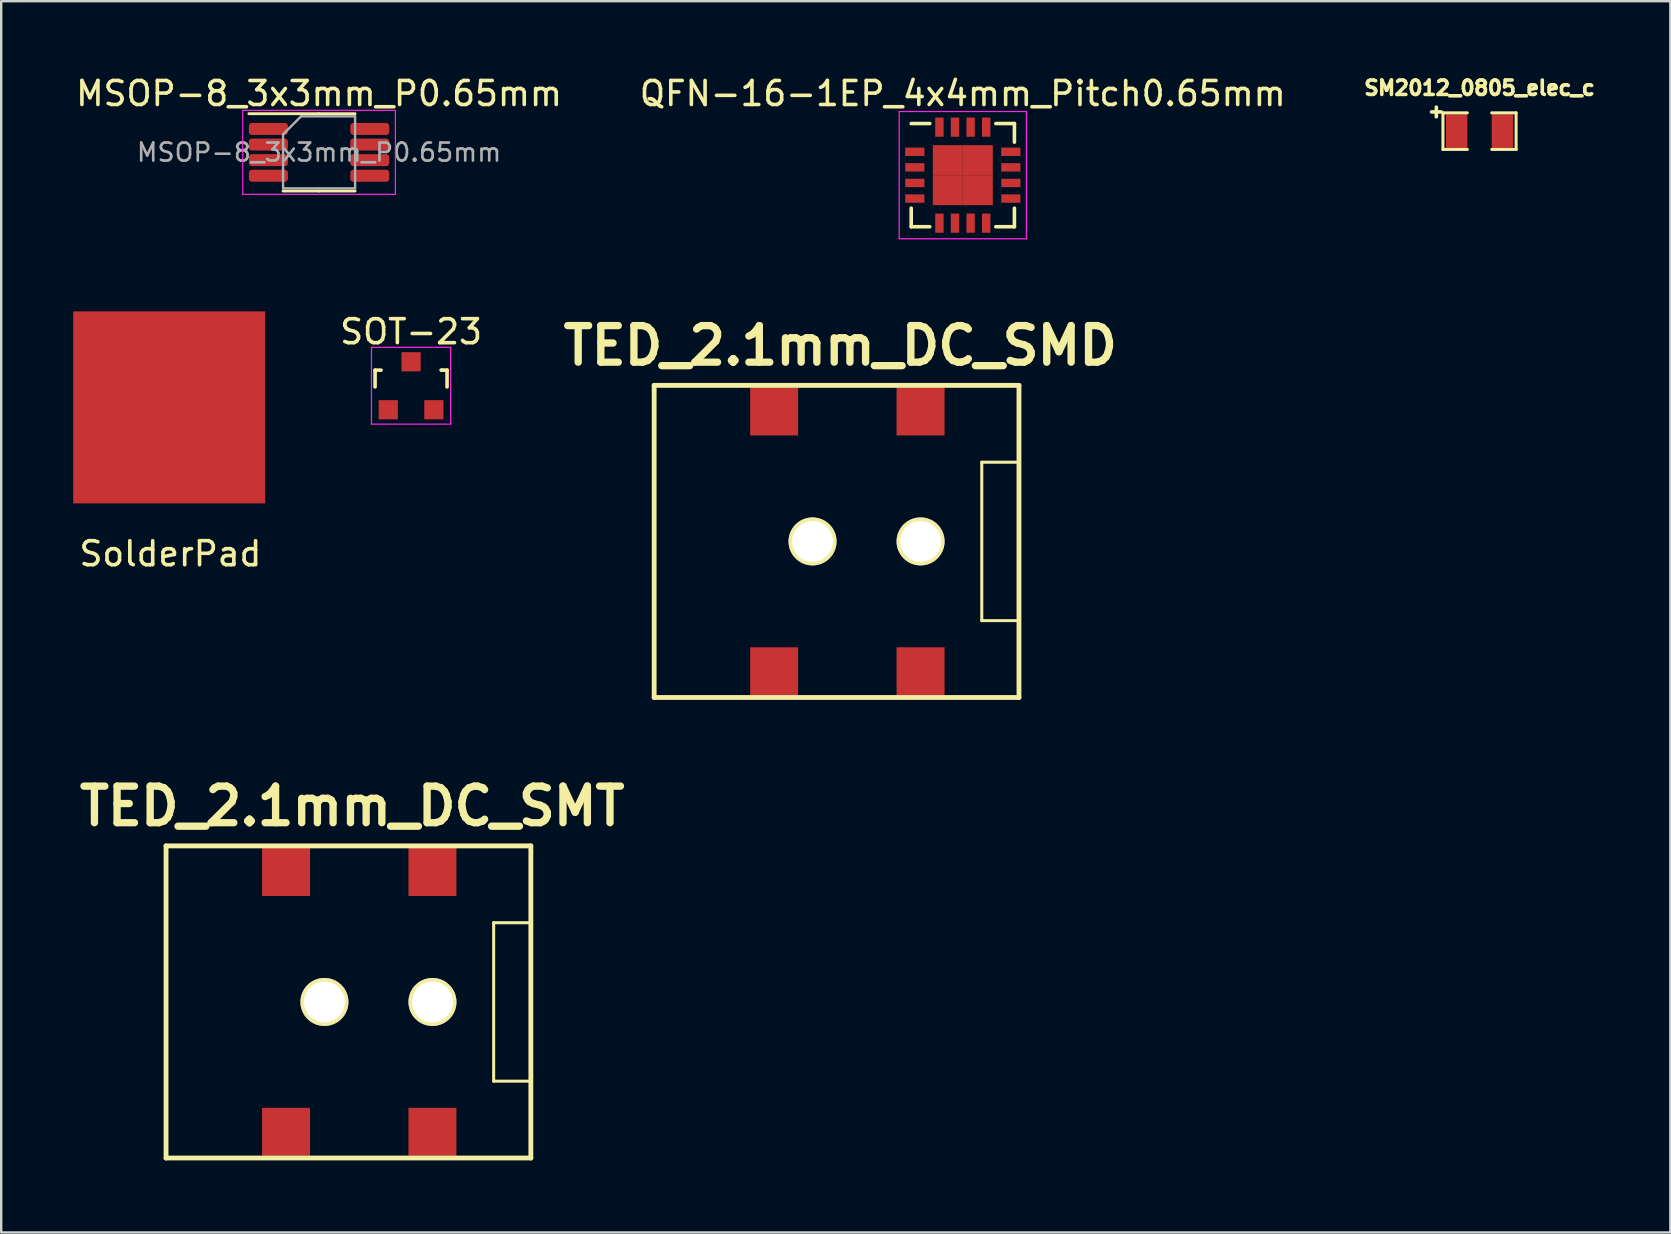
<source format=kicad_pcb>
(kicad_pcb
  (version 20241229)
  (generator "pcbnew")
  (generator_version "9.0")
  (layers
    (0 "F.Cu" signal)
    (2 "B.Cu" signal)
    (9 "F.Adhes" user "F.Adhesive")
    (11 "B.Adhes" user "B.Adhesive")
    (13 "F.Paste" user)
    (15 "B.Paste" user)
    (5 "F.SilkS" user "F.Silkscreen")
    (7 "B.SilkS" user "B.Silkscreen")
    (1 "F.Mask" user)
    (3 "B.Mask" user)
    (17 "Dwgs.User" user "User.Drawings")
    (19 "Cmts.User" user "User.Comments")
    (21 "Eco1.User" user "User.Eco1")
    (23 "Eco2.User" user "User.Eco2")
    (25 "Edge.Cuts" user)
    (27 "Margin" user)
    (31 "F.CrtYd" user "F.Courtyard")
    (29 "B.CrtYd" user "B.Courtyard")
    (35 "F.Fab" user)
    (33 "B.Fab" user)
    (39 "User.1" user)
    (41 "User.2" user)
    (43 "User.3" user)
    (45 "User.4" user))
  (footprint "SOT-23"
    (layer "F.Cu")
    (at 14.077 13.021)
    (property "Reference" "SOT-23" (at 0 -2.25 0) (layer "F.SilkS") (effects (font (size 1 1) (thickness 0.15))))
    (attr smd)
    (fp_line (start -1.5 -0.65) (end -1.251 -0.65) (stroke (width 0.15) (type solid)) (layer "F.SilkS"))
    (fp_line (start -1.5 0.051) (end -1.5 -0.65) (stroke (width 0.15) (type solid)) (layer "F.SilkS"))
    (fp_line (start 1.299 -0.65) (end 1.251 -0.65) (stroke (width 0.15) (type solid)) (layer "F.SilkS"))
    (fp_line (start 1.299 -0.65) (end 1.5 -0.65) (stroke (width 0.15) (type solid)) (layer "F.SilkS"))
    (fp_line (start 1.5 -0.65) (end 1.5 0.051) (stroke (width 0.15) (type solid)) (layer "F.SilkS"))
    (fp_line (start -1.65 -1.6) (end 1.65 -1.6) (stroke (width 0.05) (type solid)) (layer "F.CrtYd"))
    (fp_line (start -1.65 1.6) (end -1.65 -1.6) (stroke (width 0.05) (type solid)) (layer "F.CrtYd"))
    (fp_line (start 1.65 -1.6) (end 1.65 1.6) (stroke (width 0.05) (type solid)) (layer "F.CrtYd"))
    (fp_line (start 1.65 1.6) (end -1.65 1.6) (stroke (width 0.05) (type solid)) (layer "F.CrtYd"))
    (pad "1" smd rect (at -0.95 1.001) (size 0.8 0.8) (layers "F.Cu" "F.Mask" "F.Paste"))
    (pad "2" smd rect (at 0.95 1.001) (size 0.8 0.8) (layers "F.Cu" "F.Mask" "F.Paste"))
    (pad "3" smd rect (at 0 -0.998) (size 0.8 0.8) (layers "F.Cu" "F.Mask" "F.Paste")))
  (footprint "SM2012_0805_elec_c"
    (layer "F.Cu")
    (at 58.594 2.414)
    (property "Reference" "SM2012_0805_elec_c" (at 0 -1.8 0) (layer "F.SilkS") (effects (font (size 0.6 0.6) (thickness 0.15))))
    (attr smd)
    (fp_line (start -2 -0.8) (end -1.6 -0.8) (stroke (width 0.15) (type solid)) (layer "F.SilkS"))
    (fp_line (start -1.8 -0.6) (end -1.8 -1) (stroke (width 0.15) (type solid)) (layer "F.SilkS"))
    (fp_line (start -1.524 -0.762) (end -0.508 -0.762) (stroke (width 0.127) (type solid)) (layer "F.SilkS"))
    (fp_line (start -1.524 0.762) (end -1.524 -0.762) (stroke (width 0.127) (type solid)) (layer "F.SilkS"))
    (fp_line (start -0.508 0.762) (end -1.524 0.762) (stroke (width 0.127) (type solid)) (layer "F.SilkS"))
    (fp_line (start 0.508 -0.762) (end 1.524 -0.762) (stroke (width 0.127) (type solid)) (layer "F.SilkS"))
    (fp_line (start 1.524 -0.762) (end 1.524 0.762) (stroke (width 0.127) (type solid)) (layer "F.SilkS"))
    (fp_line (start 1.524 0.762) (end 0.508 0.762) (stroke (width 0.127) (type solid)) (layer "F.SilkS"))
    (pad "1" smd rect (at -0.953 0) (size 0.889 1.397) (layers "F.Cu" "F.Mask" "F.Paste"))
    (pad "2" smd rect (at 0.953 0) (size 0.889 1.397) (layers "F.Cu" "F.Mask" "F.Paste")))
  (footprint "QFN-16-1EP_4x4mm_Pitch0.65mm"
    (layer "F.Cu")
    (at 37.065 4.248)
    (property "Reference" "QFN-16-1EP_4x4mm_Pitch0.65mm" (at 0 -3.4 0) (layer "F.SilkS") (effects (font (size 1 1) (thickness 0.15))))
    (attr smd)
    (fp_line (start -2.15 -2.15) (end -1.375 -2.15) (stroke (width 0.15) (type solid)) (layer "F.SilkS"))
    (fp_line (start -2.15 2.15) (end -2.15 1.375) (stroke (width 0.15) (type solid)) (layer "F.SilkS"))
    (fp_line (start -2.15 2.15) (end -1.375 2.15) (stroke (width 0.15) (type solid)) (layer "F.SilkS"))
    (fp_line (start 2.15 -2.15) (end 1.375 -2.15) (stroke (width 0.15) (type solid)) (layer "F.SilkS"))
    (fp_line (start 2.15 -2.15) (end 2.15 -1.375) (stroke (width 0.15) (type solid)) (layer "F.SilkS"))
    (fp_line (start 2.15 2.15) (end 1.375 2.15) (stroke (width 0.15) (type solid)) (layer "F.SilkS"))
    (fp_line (start 2.15 2.15) (end 2.15 1.375) (stroke (width 0.15) (type solid)) (layer "F.SilkS"))
    (fp_line (start -2.65 -2.65) (end -2.65 2.65) (stroke (width 0.05) (type solid)) (layer "F.CrtYd"))
    (fp_line (start -2.65 -2.65) (end 2.65 -2.65) (stroke (width 0.05) (type solid)) (layer "F.CrtYd"))
    (fp_line (start -2.65 2.65) (end 2.65 2.65) (stroke (width 0.05) (type solid)) (layer "F.CrtYd"))
    (fp_line (start 2.65 -2.65) (end 2.65 2.65) (stroke (width 0.05) (type solid)) (layer "F.CrtYd"))
    (pad "1" smd rect (at -2 -0.975) (size 0.8 0.35) (layers "F.Cu" "F.Mask" "F.Paste"))
    (pad "2" smd rect (at -2 -0.325) (size 0.8 0.35) (layers "F.Cu" "F.Mask" "F.Paste"))
    (pad "3" smd rect (at -2 0.325) (size 0.8 0.35) (layers "F.Cu" "F.Mask" "F.Paste"))
    (pad "4" smd rect (at -2 0.975) (size 0.8 0.35) (layers "F.Cu" "F.Mask" "F.Paste"))
    (pad "5" smd rect (at -0.975 2 90) (size 0.8 0.35) (layers "F.Cu" "F.Mask" "F.Paste"))
    (pad "6" smd rect (at -0.325 2 90) (size 0.8 0.35) (layers "F.Cu" "F.Mask" "F.Paste"))
    (pad "7" smd rect (at 0.325 2 90) (size 0.8 0.35) (layers "F.Cu" "F.Mask" "F.Paste"))
    (pad "8" smd rect (at 0.975 2 90) (size 0.8 0.35) (layers "F.Cu" "F.Mask" "F.Paste"))
    (pad "9" smd rect (at 2 0.975) (size 0.8 0.35) (layers "F.Cu" "F.Mask" "F.Paste"))
    (pad "10" smd rect (at 2 0.325) (size 0.8 0.35) (layers "F.Cu" "F.Mask" "F.Paste"))
    (pad "11" smd rect (at 2 -0.325) (size 0.8 0.35) (layers "F.Cu" "F.Mask" "F.Paste"))
    (pad "12" smd rect (at 2 -0.975) (size 0.8 0.35) (layers "F.Cu" "F.Mask" "F.Paste"))
    (pad "13" smd rect (at 0.975 -2 90) (size 0.8 0.35) (layers "F.Cu" "F.Mask" "F.Paste"))
    (pad "14" smd rect (at 0.325 -2 90) (size 0.8 0.35) (layers "F.Cu" "F.Mask" "F.Paste"))
    (pad "15" smd rect (at -0.325 -2 90) (size 0.8 0.35) (layers "F.Cu" "F.Mask" "F.Paste"))
    (pad "16" smd rect (at -0.975 -2 90) (size 0.8 0.35) (layers "F.Cu" "F.Mask" "F.Paste"))
    (pad "17" smd rect (at -0.625 -0.625) (size 1.25 1.25) (layers "F.Cu" "F.Mask" "F.Paste"))
    (pad "17" smd rect (at -0.625 0.625) (size 1.25 1.25) (layers "F.Cu" "F.Mask" "F.Paste"))
    (pad "17" smd rect (at 0.625 -0.625) (size 1.25 1.25) (layers "F.Cu" "F.Mask" "F.Paste"))
    (pad "17" smd rect (at 0.625 0.625) (size 1.25 1.25) (layers "F.Cu" "F.Mask" "F.Paste")))
  (footprint "SolderPad"
    (layer "F.Cu")
    (at 4 13.923)
    (property "Reference" "SolderPad" (at 0.05 6.1 0) (layer "F.SilkS") (effects (font (size 1 1) (thickness 0.15))))
    (attr through_hole)
    (pad "1" smd rect (at 0 0) (size 8 8) (layers "F.Cu" "F.Mask" "F.Paste")))
  (footprint "TED_2.1mm_DC_SMD"
    (layer "F.Cu")
    (at 31.805 19.508)
    (property "Reference" "TED_2.1mm_DC_SMD" (at 0.157 -8.158 0) (layer "F.SilkS") (effects (font (size 1.524 1.524) (thickness 0.305))))
    (attr through_hole)
    (fp_line (start -7.6 -6.502) (end 7.6 -6.502) (stroke (width 0.201) (type solid)) (layer "F.SilkS"))
    (fp_line (start -7.6 6.502) (end -7.6 -6.502) (stroke (width 0.201) (type solid)) (layer "F.SilkS"))
    (fp_line (start 6.05 -3.3) (end 6.05 3.3) (stroke (width 0.127) (type solid)) (layer "F.SilkS"))
    (fp_line (start 6.05 3.3) (end 7.575 3.3) (stroke (width 0.127) (type solid)) (layer "F.SilkS"))
    (fp_line (start 7.6 -6.502) (end 7.6 6.502) (stroke (width 0.201) (type solid)) (layer "F.SilkS"))
    (fp_line (start 7.6 6.502) (end -7.6 6.502) (stroke (width 0.201) (type solid)) (layer "F.SilkS"))
    (fp_line (start 7.6 -3.3) (end 6.05 -3.3) (stroke (width 0.127) (type solid)) (layer "F.SilkS"))
    (pad "" np_thru_hole circle (at -1.001 0) (size 1.999 1.999) (drill 1.699) (layers "*.Cu" "*.Mask" "F.SilkS"))
    (pad "" np_thru_hole circle (at 3.5 0) (size 1.999 1.999) (drill 1.699) (layers "*.Cu" "*.Mask" "F.SilkS"))
    (pad "1" smd rect (at -2.601 5.41) (size 1.999 1.999) (layers "F.Cu" "F.Mask" "F.Paste"))
    (pad "1" smd rect (at 3.5 5.41) (size 1.999 1.999) (layers "F.Cu" "F.Mask" "F.Paste"))
    (pad "2" smd rect (at 3.5 -5.415) (size 1.999 1.999) (layers "F.Cu" "F.Mask" "F.Paste"))
    (pad "3" smd rect (at -2.601 -5.415) (size 1.999 1.999) (layers "F.Cu" "F.Mask" "F.Paste")))
  (footprint "TED_2.1mm_DC_SMT"
    (layer "F.Cu")
    (at 11.468 38.696)
    (property "Reference" "TED_2.1mm_DC_SMT" (at 0.157 -8.158 0) (layer "F.SilkS") (effects (font (size 1.524 1.524) (thickness 0.305))))
    (attr through_hole)
    (fp_line (start -7.6 -6.502) (end 7.6 -6.502) (stroke (width 0.201) (type solid)) (layer "F.SilkS"))
    (fp_line (start -7.6 6.502) (end -7.6 -6.502) (stroke (width 0.201) (type solid)) (layer "F.SilkS"))
    (fp_line (start 6.05 -3.3) (end 6.05 3.3) (stroke (width 0.127) (type solid)) (layer "F.SilkS"))
    (fp_line (start 6.05 3.3) (end 7.575 3.3) (stroke (width 0.127) (type solid)) (layer "F.SilkS"))
    (fp_line (start 7.6 -6.502) (end 7.6 6.502) (stroke (width 0.201) (type solid)) (layer "F.SilkS"))
    (fp_line (start 7.6 6.502) (end -7.6 6.502) (stroke (width 0.201) (type solid)) (layer "F.SilkS"))
    (fp_line (start 7.6 -3.3) (end 6.05 -3.3) (stroke (width 0.127) (type solid)) (layer "F.SilkS"))
    (pad "" np_thru_hole circle (at -1.001 0) (size 1.999 1.999) (drill 1.699) (layers "*.Cu" "*.Mask" "F.SilkS"))
    (pad "" np_thru_hole circle (at 3.5 0) (size 1.999 1.999) (drill 1.699) (layers "*.Cu" "*.Mask" "F.SilkS"))
    (pad "1" smd rect (at -2.601 5.41) (size 1.999 1.999) (layers "F.Cu" "F.Mask" "F.Paste"))
    (pad "1" smd rect (at 3.5 5.41) (size 1.999 1.999) (layers "F.Cu" "F.Mask" "F.Paste"))
    (pad "2" smd rect (at 3.5 -5.415) (size 1.999 1.999) (layers "F.Cu" "F.Mask" "F.Paste"))
    (pad "3" smd rect (at -2.601 -5.415) (size 1.999 1.999) (layers "F.Cu" "F.Mask" "F.Paste")))
  (footprint "MSOP-8_3x3mm_P0.65mm"
    (layer "F.Cu")
    (at 10.244 3.298)
    (property "Reference" "MSOP-8_3x3mm_P0.65mm" (at 0 -2.45 0) (layer "F.SilkS") (effects (font (size 1 1) (thickness 0.15))))
    (attr smd)
    (fp_line (start 0 -1.61) (end -2.925 -1.61) (stroke (width 0.12) (type solid)) (layer "F.SilkS"))
    (fp_line (start 0 -1.61) (end 1.5 -1.61) (stroke (width 0.12) (type solid)) (layer "F.SilkS"))
    (fp_line (start 0 1.61) (end -1.5 1.61) (stroke (width 0.12) (type solid)) (layer "F.SilkS"))
    (fp_line (start 0 1.61) (end 1.5 1.61) (stroke (width 0.12) (type solid)) (layer "F.SilkS"))
    (fp_line (start -3.18 -1.75) (end -3.18 1.75) (stroke (width 0.05) (type solid)) (layer "F.CrtYd"))
    (fp_line (start -3.18 1.75) (end 3.18 1.75) (stroke (width 0.05) (type solid)) (layer "F.CrtYd"))
    (fp_line (start 3.18 -1.75) (end -3.18 -1.75) (stroke (width 0.05) (type solid)) (layer "F.CrtYd"))
    (fp_line (start 3.18 1.75) (end 3.18 -1.75) (stroke (width 0.05) (type solid)) (layer "F.CrtYd"))
    (fp_line (start -1.5 -0.75) (end -0.75 -1.5) (stroke (width 0.1) (type solid)) (layer "F.Fab"))
    (fp_line (start -1.5 1.5) (end -1.5 -0.75) (stroke (width 0.1) (type solid)) (layer "F.Fab"))
    (fp_line (start -0.75 -1.5) (end 1.5 -1.5) (stroke (width 0.1) (type solid)) (layer "F.Fab"))
    (fp_line (start 1.5 -1.5) (end 1.5 1.5) (stroke (width 0.1) (type solid)) (layer "F.Fab"))
    (fp_line (start 1.5 1.5) (end -1.5 1.5) (stroke (width 0.1) (type solid)) (layer "F.Fab"))
    (fp_text user "${REFERENCE}" (at 0 0 0) (layer "F.Fab") (effects (font (size 0.75 0.75) (thickness 0.11))))
    (pad "1" smd roundrect (at -2.112 -0.975) (size 1.625 0.5) (layers "F.Cu" "F.Mask" "F.Paste") (roundrect_rratio 0.25))
    (pad "2" smd roundrect (at -2.112 -0.325) (size 1.625 0.5) (layers "F.Cu" "F.Mask" "F.Paste") (roundrect_rratio 0.25))
    (pad "3" smd roundrect (at -2.112 0.325) (size 1.625 0.5) (layers "F.Cu" "F.Mask" "F.Paste") (roundrect_rratio 0.25))
    (pad "4" smd roundrect (at -2.112 0.975) (size 1.625 0.5) (layers "F.Cu" "F.Mask" "F.Paste") (roundrect_rratio 0.25))
    (pad "5" smd roundrect (at 2.112 0.975) (size 1.625 0.5) (layers "F.Cu" "F.Mask" "F.Paste") (roundrect_rratio 0.25))
    (pad "6" smd roundrect (at 2.112 0.325) (size 1.625 0.5) (layers "F.Cu" "F.Mask" "F.Paste") (roundrect_rratio 0.25))
    (pad "7" smd roundrect (at 2.112 -0.325) (size 1.625 0.5) (layers "F.Cu" "F.Mask" "F.Paste") (roundrect_rratio 0.25))
    (pad "8" smd roundrect (at 2.112 -0.975) (size 1.625 0.5) (layers "F.Cu" "F.Mask" "F.Paste") (roundrect_rratio 0.25)))
  (gr_rect
    (start -3 -3)
    (end 66.544 48.299)
    (stroke (width 0.1) (type default))
    (fill no)
    (layer "Edge.Cuts")))
</source>
